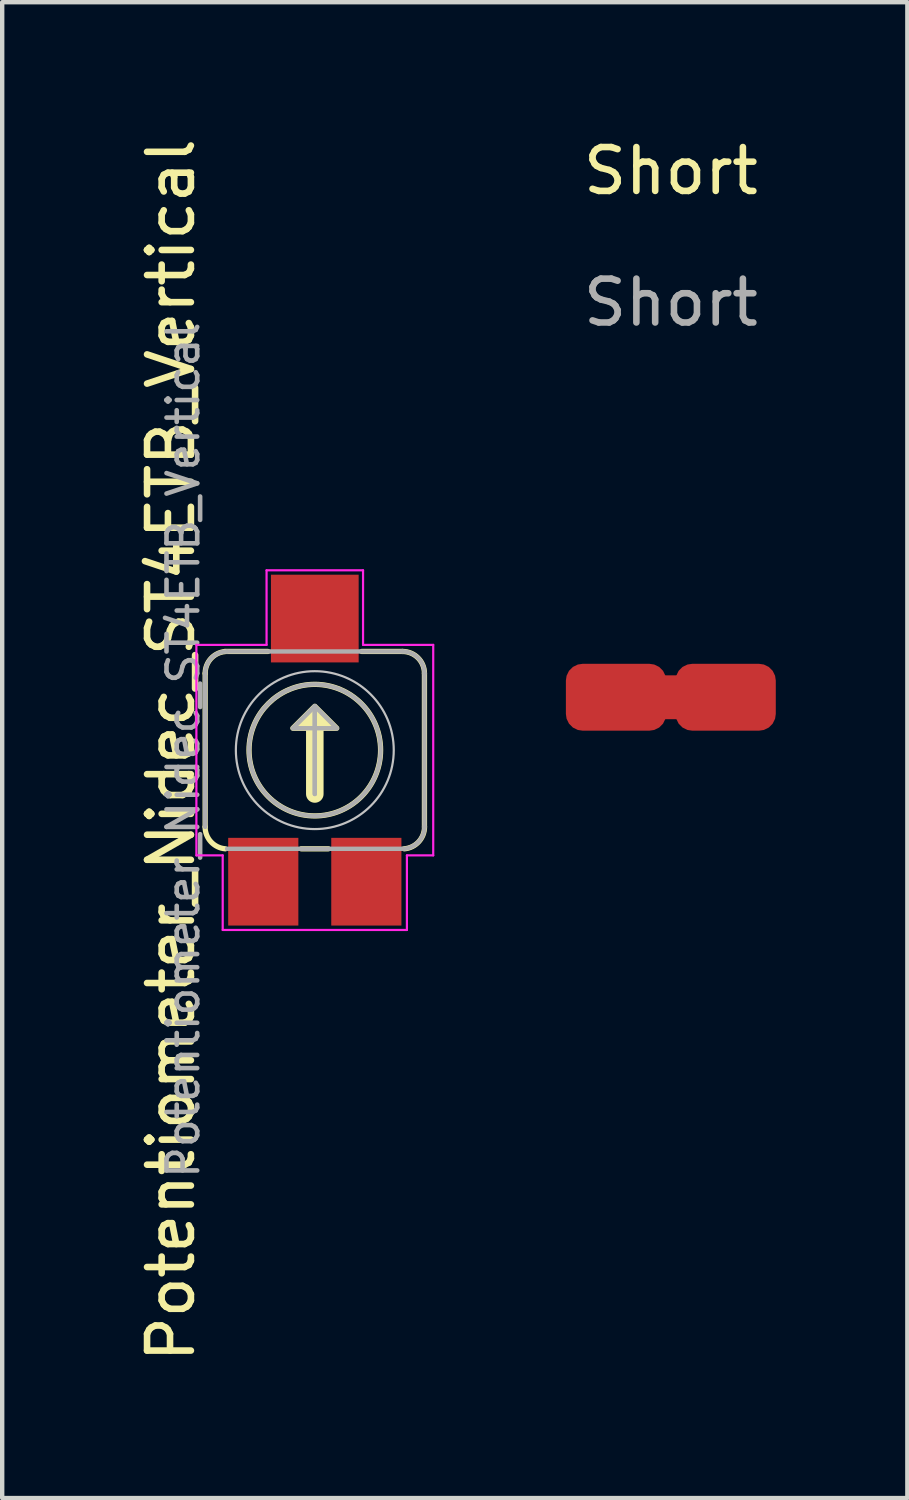
<source format=kicad_pcb>
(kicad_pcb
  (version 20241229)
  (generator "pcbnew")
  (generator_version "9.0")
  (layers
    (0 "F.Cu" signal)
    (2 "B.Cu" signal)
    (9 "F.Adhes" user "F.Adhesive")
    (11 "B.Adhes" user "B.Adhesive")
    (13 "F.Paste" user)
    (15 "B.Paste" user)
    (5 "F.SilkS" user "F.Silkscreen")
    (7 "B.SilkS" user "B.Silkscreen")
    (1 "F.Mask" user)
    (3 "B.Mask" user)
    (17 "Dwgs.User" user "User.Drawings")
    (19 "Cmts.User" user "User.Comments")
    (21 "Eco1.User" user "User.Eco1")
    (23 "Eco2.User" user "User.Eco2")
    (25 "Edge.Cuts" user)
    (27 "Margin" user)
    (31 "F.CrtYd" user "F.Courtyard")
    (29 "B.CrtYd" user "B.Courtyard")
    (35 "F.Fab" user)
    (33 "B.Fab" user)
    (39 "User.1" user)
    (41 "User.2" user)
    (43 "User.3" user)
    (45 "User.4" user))
  (footprint "Short"
    (layer "F.Cu")
    (at 12.246 12.848)
    (property "Reference" "Short" (at 0 -12 0) (unlocked yes) (layer "F.SilkS") (effects (font (size 1 1) (thickness 0.15))))
    (attr smd)
    (fp_line (start -1.25 0) (end 1.25 0) (stroke (width 1) (type default)) (layer "F.Cu"))
    (fp_text user "${REFERENCE}" (at 0 -9 0) (unlocked yes) (layer "F.Fab") (effects (font (size 1 1) (thickness 0.15))))
    (pad "1" smd roundrect (at -1.25 0) (size 2.286 1.524) (layers "F.Cu" "F.Mask" "F.Paste") (roundrect_rratio 0.25))
    (pad "2" smd roundrect (at 1.25 0) (size 2.286 1.524) (layers "F.Cu" "F.Mask" "F.Paste") (roundrect_rratio 0.25)))
  (footprint "Potentiometer_Nidec_ST4ETB_Vertical"
    (layer "F.Cu")
    (at 4.128 14.054)
    (property "Reference" "Potentiometer_Nidec_ST4ETB_Vertical" (at -3.28 0 90) (layer "F.SilkS") (effects (font (size 1 1) (thickness 0.15))))
    (attr smd)
    (fp_line (start -2.5 1.75) (end -2.5 -1.75) (stroke (width 0.12) (type solid)) (layer "F.SilkS"))
    (fp_line (start -2.05 -2.25) (end -1.07 -2.25) (stroke (width 0.12) (type solid)) (layer "F.SilkS"))
    (fp_line (start -0.31 2.25) (end 0.31 2.25) (stroke (width 0.12) (type default)) (layer "F.SilkS"))
    (fp_line (start 0 -0.5) (end 0 1) (stroke (width 0.4) (type default)) (layer "F.SilkS"))
    (fp_line (start 1.07 -2.25) (end 2 -2.25) (stroke (width 0.12) (type solid)) (layer "F.SilkS"))
    (fp_line (start 2.5 1.75) (end 2.5 -1.75) (stroke (width 0.12) (type solid)) (layer "F.SilkS"))
    (fp_arc (start -2.5 -1.75) (mid -2.370726 -2.085503) (end -2.049752 -2.247519) (stroke (width 0.12) (type default)) (layer "F.SilkS"))
    (fp_arc (start -2.04 2.25) (mid -2.368554 2.090247) (end -2.501597 1.75) (stroke (width 0.12) (type default)) (layer "F.SilkS"))
    (fp_arc (start 2 -2.25) (mid 2.353553 -2.103553) (end 2.5 -1.75) (stroke (width 0.12) (type default)) (layer "F.SilkS"))
    (fp_arc (start 2.501597 1.75) (mid 2.368554 2.090247) (end 2.04 2.25) (stroke (width 0.12) (type default)) (layer "F.SilkS"))
    (fp_circle (center 0 0) (end 1.5 0) (stroke (width 0.12) (type default)) (fill no) (layer "F.SilkS"))
    (fp_poly (pts (xy 0.5 -0.5) (xy 0 -1) (xy -0.5 -0.5)) (stroke (width 0.12) (type solid)) (fill yes) (layer "F.SilkS"))
    (fp_circle (center 0 0) (end 0 -1.8) (stroke (width 0.05) (type solid)) (fill no) (layer "Dwgs.User"))
    (fp_line (start -2.7 2.4) (end -2.7 -2.4) (stroke (width 0.05) (type solid)) (layer "F.CrtYd"))
    (fp_line (start -2.7 2.4) (end -2.1 2.4) (stroke (width 0.05) (type default)) (layer "F.CrtYd"))
    (fp_line (start -2.1 2.4) (end -2.1 4.1) (stroke (width 0.05) (type default)) (layer "F.CrtYd"))
    (fp_line (start -1.1 -4.1) (end 1.1 -4.1) (stroke (width 0.05) (type solid)) (layer "F.CrtYd"))
    (fp_line (start -1.1 -2.4) (end -2.7 -2.4) (stroke (width 0.05) (type default)) (layer "F.CrtYd"))
    (fp_line (start -1.1 -2.4) (end -1.1 -4.1) (stroke (width 0.05) (type default)) (layer "F.CrtYd"))
    (fp_line (start 1.1 -2.4) (end 1.1 -4.1) (stroke (width 0.05) (type default)) (layer "F.CrtYd"))
    (fp_line (start 2.1 2.4) (end 2.1 4.1) (stroke (width 0.05) (type default)) (layer "F.CrtYd"))
    (fp_line (start 2.1 4.1) (end -2.1 4.1) (stroke (width 0.05) (type solid)) (layer "F.CrtYd"))
    (fp_line (start 2.7 -2.4) (end 1.1 -2.4) (stroke (width 0.05) (type default)) (layer "F.CrtYd"))
    (fp_line (start 2.7 -2.4) (end 2.7 2.4) (stroke (width 0.05) (type solid)) (layer "F.CrtYd"))
    (fp_line (start 2.7 2.4) (end 2.1 2.4) (stroke (width 0.05) (type default)) (layer "F.CrtYd"))
    (fp_line (start -2.5 1.75) (end -2.5 -1.75) (stroke (width 0.1) (type default)) (layer "F.Fab"))
    (fp_line (start -2 -2.25) (end 2 -2.25) (stroke (width 0.1) (type default)) (layer "F.Fab"))
    (fp_line (start -0.5 -0.5) (end 0.5 -0.5) (stroke (width 0.1) (type solid)) (layer "F.Fab"))
    (fp_line (start 0 -1) (end -0.5 -0.5) (stroke (width 0.1) (type solid)) (layer "F.Fab"))
    (fp_line (start 0 -1) (end 0 1) (stroke (width 0.1) (type solid)) (layer "F.Fab"))
    (fp_line (start 0 1) (end 0 -1) (stroke (width 0.1) (type solid)) (layer "F.Fab"))
    (fp_line (start 0.5 -0.5) (end 0 -1) (stroke (width 0.1) (type solid)) (layer "F.Fab"))
    (fp_line (start 2 2.25) (end -2 2.25) (stroke (width 0.1) (type default)) (layer "F.Fab"))
    (fp_line (start 2.5 -1.75) (end 2.5 1.75) (stroke (width 0.1) (type default)) (layer "F.Fab"))
    (fp_arc (start -2.5 -1.75) (mid -2.353553 -2.103553) (end -2 -2.25) (stroke (width 0.1) (type default)) (layer "F.Fab"))
    (fp_arc (start 2 -2.25) (mid 2.353553 -2.103553) (end 2.5 -1.75) (stroke (width 0.1) (type default)) (layer "F.Fab"))
    (fp_arc (start 2.5 1.75) (mid 2.353553 2.103553) (end 2 2.25) (stroke (width 0.1) (type default)) (layer "F.Fab"))
    (fp_circle (center 0 0) (end 1.5 0) (stroke (width 0.1) (type solid)) (fill no) (layer "F.Fab"))
    (fp_text user "${REFERENCE}" (at -3 0 90) (layer "F.Fab") (effects (font (size 0.7 0.7) (thickness 0.105))))
    (pad "1" smd rect (at -1.175 3 90) (size 2 1.6) (layers "F.Cu" "F.Mask" "F.Paste"))
    (pad "2" smd rect (at 0 -3 90) (size 2 2) (layers "F.Cu" "F.Mask" "F.Paste"))
    (pad "3" smd rect (at 1.175 3 90) (size 2 1.6) (layers "F.Cu" "F.Mask" "F.Paste")))
  (gr_rect
    (start -3 -3)
    (end 17.639 31.107)
    (stroke (width 0.1) (type default))
    (fill no)
    (layer "Edge.Cuts")))
</source>
